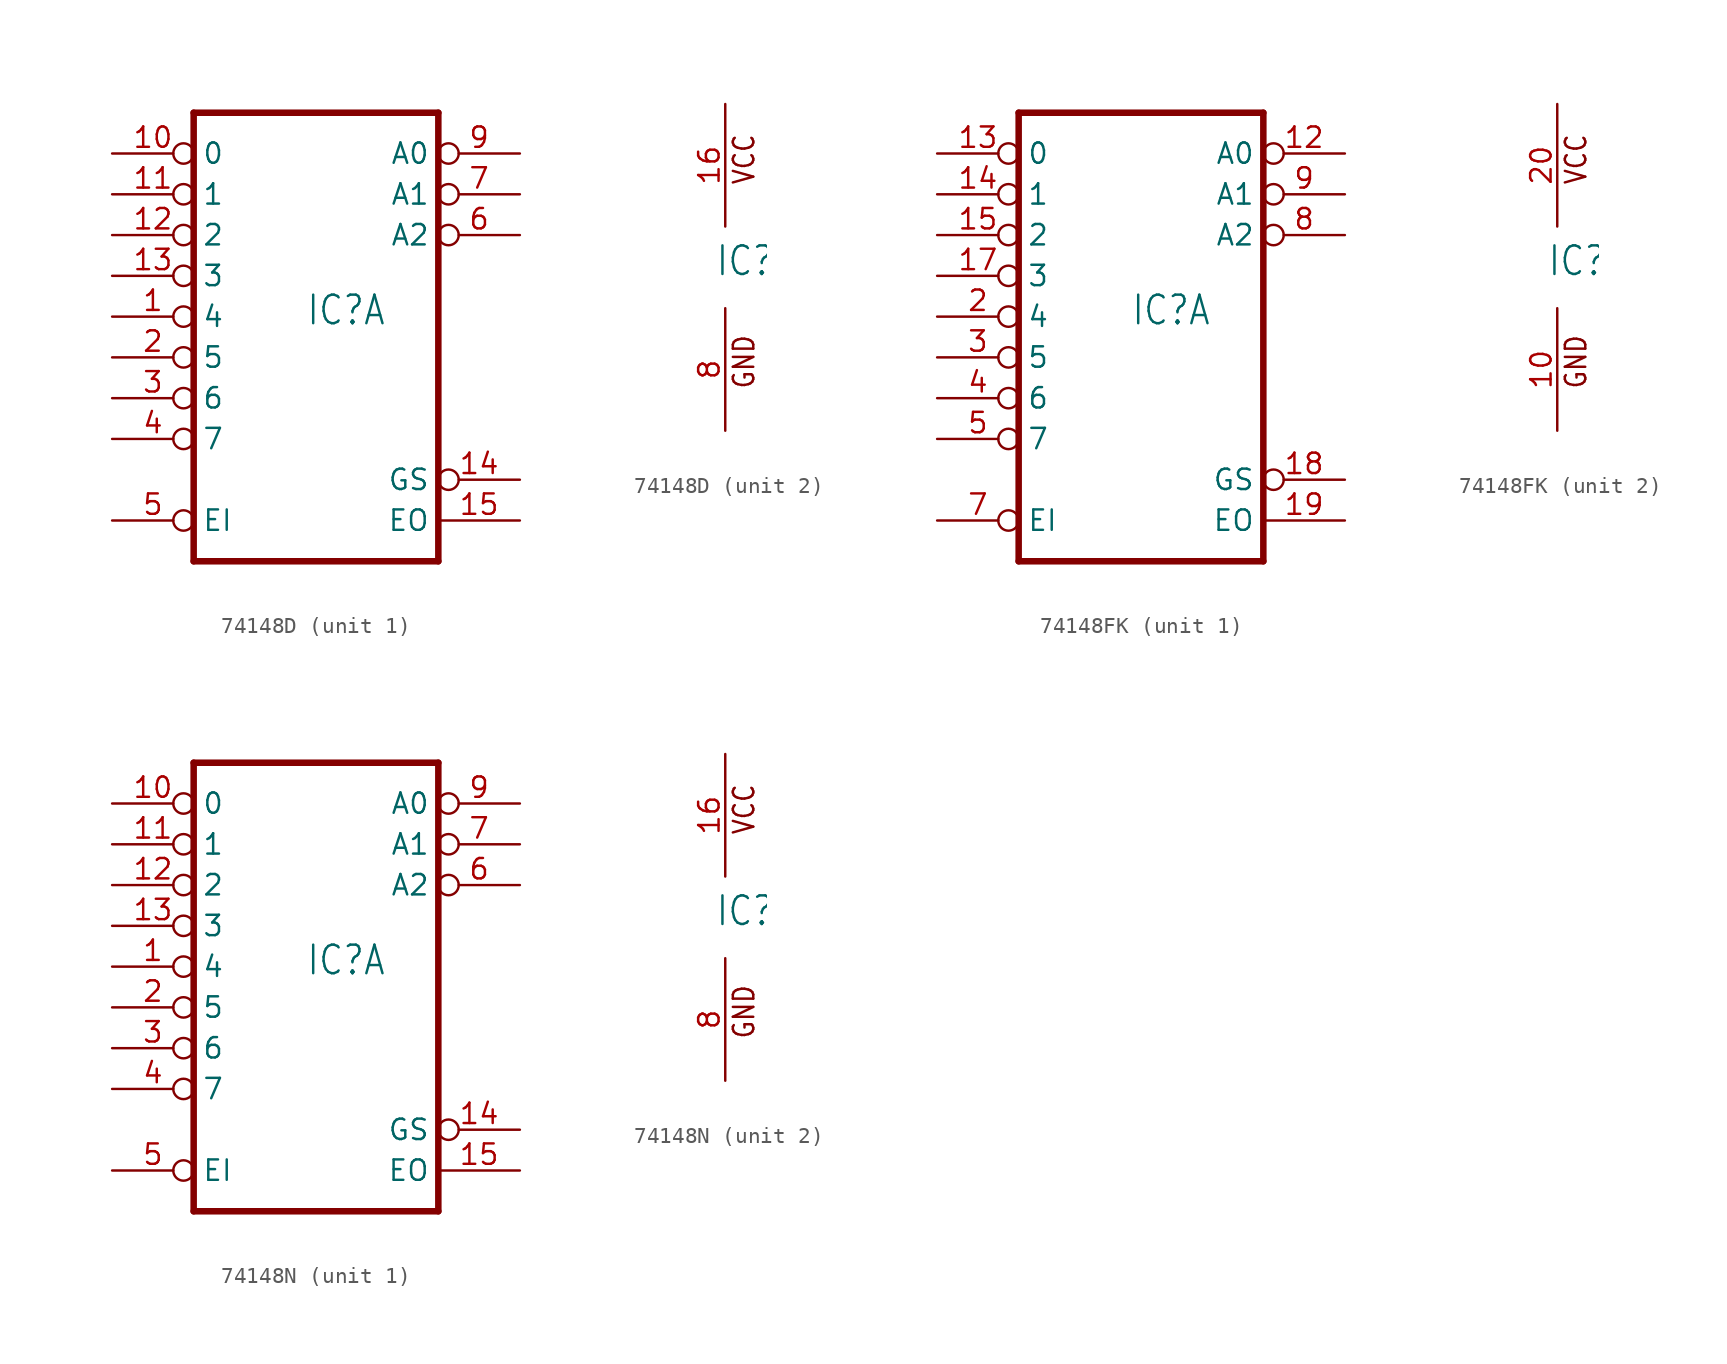
<source format=kicad_sym>
(kicad_symbol_lib
  (version 20220914)
  (generator kicad_symbol_editor)
  (symbol "74148D"
    (property "Reference" "IC"
      (at -0.635 -0.635 0)
      (effects (font (size 1.778 1.511)) (justify left bottom)))
    (property "ki_locked" ""
      (at 0 0 0)
      (effects (font (size 1.27 1.27))))
    (symbol "74148D_1_0"
      (polyline (pts (xy -7.62 -15.24) (xy 7.62 -15.24)) (stroke (width 0.406) (type solid)) (fill (type none)))
      (polyline (pts (xy -7.62 12.7) (xy -7.62 -15.24)) (stroke (width 0.406) (type solid)) (fill (type none)))
      (polyline (pts (xy 7.62 -15.24) (xy 7.62 12.7)) (stroke (width 0.406) (type solid)) (fill (type none)))
      (polyline (pts (xy 7.62 12.7) (xy -7.62 12.7)) (stroke (width 0.406) (type solid)) (fill (type none)))
      (pin input inverted (at -12.7 0 0) (length 5.08) (name "4" (effects (font (size 1.27 1.27)))) (number "1" (effects (font (size 1.27 1.27)))))
      (pin input inverted (at -12.7 10.16 0) (length 5.08) (name "0" (effects (font (size 1.27 1.27)))) (number "10" (effects (font (size 1.27 1.27)))))
      (pin input inverted (at -12.7 7.62 0) (length 5.08) (name "1" (effects (font (size 1.27 1.27)))) (number "11" (effects (font (size 1.27 1.27)))))
      (pin input inverted (at -12.7 5.08 0) (length 5.08) (name "2" (effects (font (size 1.27 1.27)))) (number "12" (effects (font (size 1.27 1.27)))))
      (pin input inverted (at -12.7 2.54 0) (length 5.08) (name "3" (effects (font (size 1.27 1.27)))) (number "13" (effects (font (size 1.27 1.27)))))
      (pin output inverted (at 12.7 -10.16 180) (length 5.08) (name "GS" (effects (font (size 1.27 1.27)))) (number "14" (effects (font (size 1.27 1.27)))))
      (pin output line (at 12.7 -12.7 180) (length 5.08) (name "EO" (effects (font (size 1.27 1.27)))) (number "15" (effects (font (size 1.27 1.27)))))
      (pin input inverted (at -12.7 -2.54 0) (length 5.08) (name "5" (effects (font (size 1.27 1.27)))) (number "2" (effects (font (size 1.27 1.27)))))
      (pin input inverted (at -12.7 -5.08 0) (length 5.08) (name "6" (effects (font (size 1.27 1.27)))) (number "3" (effects (font (size 1.27 1.27)))))
      (pin input inverted (at -12.7 -7.62 0) (length 5.08) (name "7" (effects (font (size 1.27 1.27)))) (number "4" (effects (font (size 1.27 1.27)))))
      (pin input inverted (at -12.7 -12.7 0) (length 5.08) (name "EI" (effects (font (size 1.27 1.27)))) (number "5" (effects (font (size 1.27 1.27)))))
      (pin output inverted (at 12.7 5.08 180) (length 5.08) (name "A2" (effects (font (size 1.27 1.27)))) (number "6" (effects (font (size 1.27 1.27)))))
      (pin output inverted (at 12.7 7.62 180) (length 5.08) (name "A1" (effects (font (size 1.27 1.27)))) (number "7" (effects (font (size 1.27 1.27)))))
      (pin output inverted (at 12.7 10.16 180) (length 5.08) (name "A0" (effects (font (size 1.27 1.27)))) (number "9" (effects (font (size 1.27 1.27))))))
    (symbol "74148D_2_0"
      (text "GND" (at 1.905 -7.62 900) (effects (font (size 1.27 1.079)) (justify left bottom)))
      (text "VCC" (at 1.905 5.08 900) (effects (font (size 1.27 1.079)) (justify left bottom)))
      (pin power_in line (at 0 10.16 270) (length 7.62) (name "VCC" (effects (font (size 0 0)))) (number "16" (effects (font (size 1.27 1.27)))))
      (pin power_in line (at 0 -10.16 90) (length 7.62) (name "GND" (effects (font (size 0 0)))) (number "8" (effects (font (size 1.27 1.27)))))))
  (symbol "74148FK"
    (property "Reference" "IC"
      (at -0.635 -0.635 0)
      (effects (font (size 1.778 1.511)) (justify left bottom)))
    (property "ki_locked" ""
      (at 0 0 0)
      (effects (font (size 1.27 1.27))))
    (symbol "74148FK_1_0"
      (polyline (pts (xy -7.62 -15.24) (xy 7.62 -15.24)) (stroke (width 0.406) (type solid)) (fill (type none)))
      (polyline (pts (xy -7.62 12.7) (xy -7.62 -15.24)) (stroke (width 0.406) (type solid)) (fill (type none)))
      (polyline (pts (xy 7.62 -15.24) (xy 7.62 12.7)) (stroke (width 0.406) (type solid)) (fill (type none)))
      (polyline (pts (xy 7.62 12.7) (xy -7.62 12.7)) (stroke (width 0.406) (type solid)) (fill (type none)))
      (pin output inverted (at 12.7 10.16 180) (length 5.08) (name "A0" (effects (font (size 1.27 1.27)))) (number "12" (effects (font (size 1.27 1.27)))))
      (pin input inverted (at -12.7 10.16 0) (length 5.08) (name "0" (effects (font (size 1.27 1.27)))) (number "13" (effects (font (size 1.27 1.27)))))
      (pin input inverted (at -12.7 7.62 0) (length 5.08) (name "1" (effects (font (size 1.27 1.27)))) (number "14" (effects (font (size 1.27 1.27)))))
      (pin input inverted (at -12.7 5.08 0) (length 5.08) (name "2" (effects (font (size 1.27 1.27)))) (number "15" (effects (font (size 1.27 1.27)))))
      (pin input inverted (at -12.7 2.54 0) (length 5.08) (name "3" (effects (font (size 1.27 1.27)))) (number "17" (effects (font (size 1.27 1.27)))))
      (pin output inverted (at 12.7 -10.16 180) (length 5.08) (name "GS" (effects (font (size 1.27 1.27)))) (number "18" (effects (font (size 1.27 1.27)))))
      (pin output line (at 12.7 -12.7 180) (length 5.08) (name "EO" (effects (font (size 1.27 1.27)))) (number "19" (effects (font (size 1.27 1.27)))))
      (pin input inverted (at -12.7 0 0) (length 5.08) (name "4" (effects (font (size 1.27 1.27)))) (number "2" (effects (font (size 1.27 1.27)))))
      (pin input inverted (at -12.7 -2.54 0) (length 5.08) (name "5" (effects (font (size 1.27 1.27)))) (number "3" (effects (font (size 1.27 1.27)))))
      (pin input inverted (at -12.7 -5.08 0) (length 5.08) (name "6" (effects (font (size 1.27 1.27)))) (number "4" (effects (font (size 1.27 1.27)))))
      (pin input inverted (at -12.7 -7.62 0) (length 5.08) (name "7" (effects (font (size 1.27 1.27)))) (number "5" (effects (font (size 1.27 1.27)))))
      (pin input inverted (at -12.7 -12.7 0) (length 5.08) (name "EI" (effects (font (size 1.27 1.27)))) (number "7" (effects (font (size 1.27 1.27)))))
      (pin output inverted (at 12.7 5.08 180) (length 5.08) (name "A2" (effects (font (size 1.27 1.27)))) (number "8" (effects (font (size 1.27 1.27)))))
      (pin output inverted (at 12.7 7.62 180) (length 5.08) (name "A1" (effects (font (size 1.27 1.27)))) (number "9" (effects (font (size 1.27 1.27))))))
    (symbol "74148FK_2_0"
      (text "GND" (at 1.905 -7.62 900) (effects (font (size 1.27 1.079)) (justify left bottom)))
      (text "VCC" (at 1.905 5.08 900) (effects (font (size 1.27 1.079)) (justify left bottom)))
      (pin power_in line (at 0 -10.16 90) (length 7.62) (name "GND" (effects (font (size 0 0)))) (number "10" (effects (font (size 1.27 1.27)))))
      (pin power_in line (at 0 10.16 270) (length 7.62) (name "VCC" (effects (font (size 0 0)))) (number "20" (effects (font (size 1.27 1.27)))))))
  (symbol "74148N"
    (property "Reference" "IC"
      (at -0.635 -0.635 0)
      (effects (font (size 1.778 1.511)) (justify left bottom)))
    (property "ki_locked" ""
      (at 0 0 0)
      (effects (font (size 1.27 1.27))))
    (symbol "74148N_1_0"
      (polyline (pts (xy -7.62 -15.24) (xy 7.62 -15.24)) (stroke (width 0.406) (type solid)) (fill (type none)))
      (polyline (pts (xy -7.62 12.7) (xy -7.62 -15.24)) (stroke (width 0.406) (type solid)) (fill (type none)))
      (polyline (pts (xy 7.62 -15.24) (xy 7.62 12.7)) (stroke (width 0.406) (type solid)) (fill (type none)))
      (polyline (pts (xy 7.62 12.7) (xy -7.62 12.7)) (stroke (width 0.406) (type solid)) (fill (type none)))
      (pin input inverted (at -12.7 0 0) (length 5.08) (name "4" (effects (font (size 1.27 1.27)))) (number "1" (effects (font (size 1.27 1.27)))))
      (pin input inverted (at -12.7 10.16 0) (length 5.08) (name "0" (effects (font (size 1.27 1.27)))) (number "10" (effects (font (size 1.27 1.27)))))
      (pin input inverted (at -12.7 7.62 0) (length 5.08) (name "1" (effects (font (size 1.27 1.27)))) (number "11" (effects (font (size 1.27 1.27)))))
      (pin input inverted (at -12.7 5.08 0) (length 5.08) (name "2" (effects (font (size 1.27 1.27)))) (number "12" (effects (font (size 1.27 1.27)))))
      (pin input inverted (at -12.7 2.54 0) (length 5.08) (name "3" (effects (font (size 1.27 1.27)))) (number "13" (effects (font (size 1.27 1.27)))))
      (pin output inverted (at 12.7 -10.16 180) (length 5.08) (name "GS" (effects (font (size 1.27 1.27)))) (number "14" (effects (font (size 1.27 1.27)))))
      (pin output line (at 12.7 -12.7 180) (length 5.08) (name "EO" (effects (font (size 1.27 1.27)))) (number "15" (effects (font (size 1.27 1.27)))))
      (pin input inverted (at -12.7 -2.54 0) (length 5.08) (name "5" (effects (font (size 1.27 1.27)))) (number "2" (effects (font (size 1.27 1.27)))))
      (pin input inverted (at -12.7 -5.08 0) (length 5.08) (name "6" (effects (font (size 1.27 1.27)))) (number "3" (effects (font (size 1.27 1.27)))))
      (pin input inverted (at -12.7 -7.62 0) (length 5.08) (name "7" (effects (font (size 1.27 1.27)))) (number "4" (effects (font (size 1.27 1.27)))))
      (pin input inverted (at -12.7 -12.7 0) (length 5.08) (name "EI" (effects (font (size 1.27 1.27)))) (number "5" (effects (font (size 1.27 1.27)))))
      (pin output inverted (at 12.7 5.08 180) (length 5.08) (name "A2" (effects (font (size 1.27 1.27)))) (number "6" (effects (font (size 1.27 1.27)))))
      (pin output inverted (at 12.7 7.62 180) (length 5.08) (name "A1" (effects (font (size 1.27 1.27)))) (number "7" (effects (font (size 1.27 1.27)))))
      (pin output inverted (at 12.7 10.16 180) (length 5.08) (name "A0" (effects (font (size 1.27 1.27)))) (number "9" (effects (font (size 1.27 1.27))))))
    (symbol "74148N_2_0"
      (text "GND" (at 1.905 -7.62 900) (effects (font (size 1.27 1.079)) (justify left bottom)))
      (text "VCC" (at 1.905 5.08 900) (effects (font (size 1.27 1.079)) (justify left bottom)))
      (pin power_in line (at 0 10.16 270) (length 7.62) (name "VCC" (effects (font (size 0 0)))) (number "16" (effects (font (size 1.27 1.27)))))
      (pin power_in line (at 0 -10.16 90) (length 7.62) (name "GND" (effects (font (size 0 0)))) (number "8" (effects (font (size 1.27 1.27))))))))
</source>
